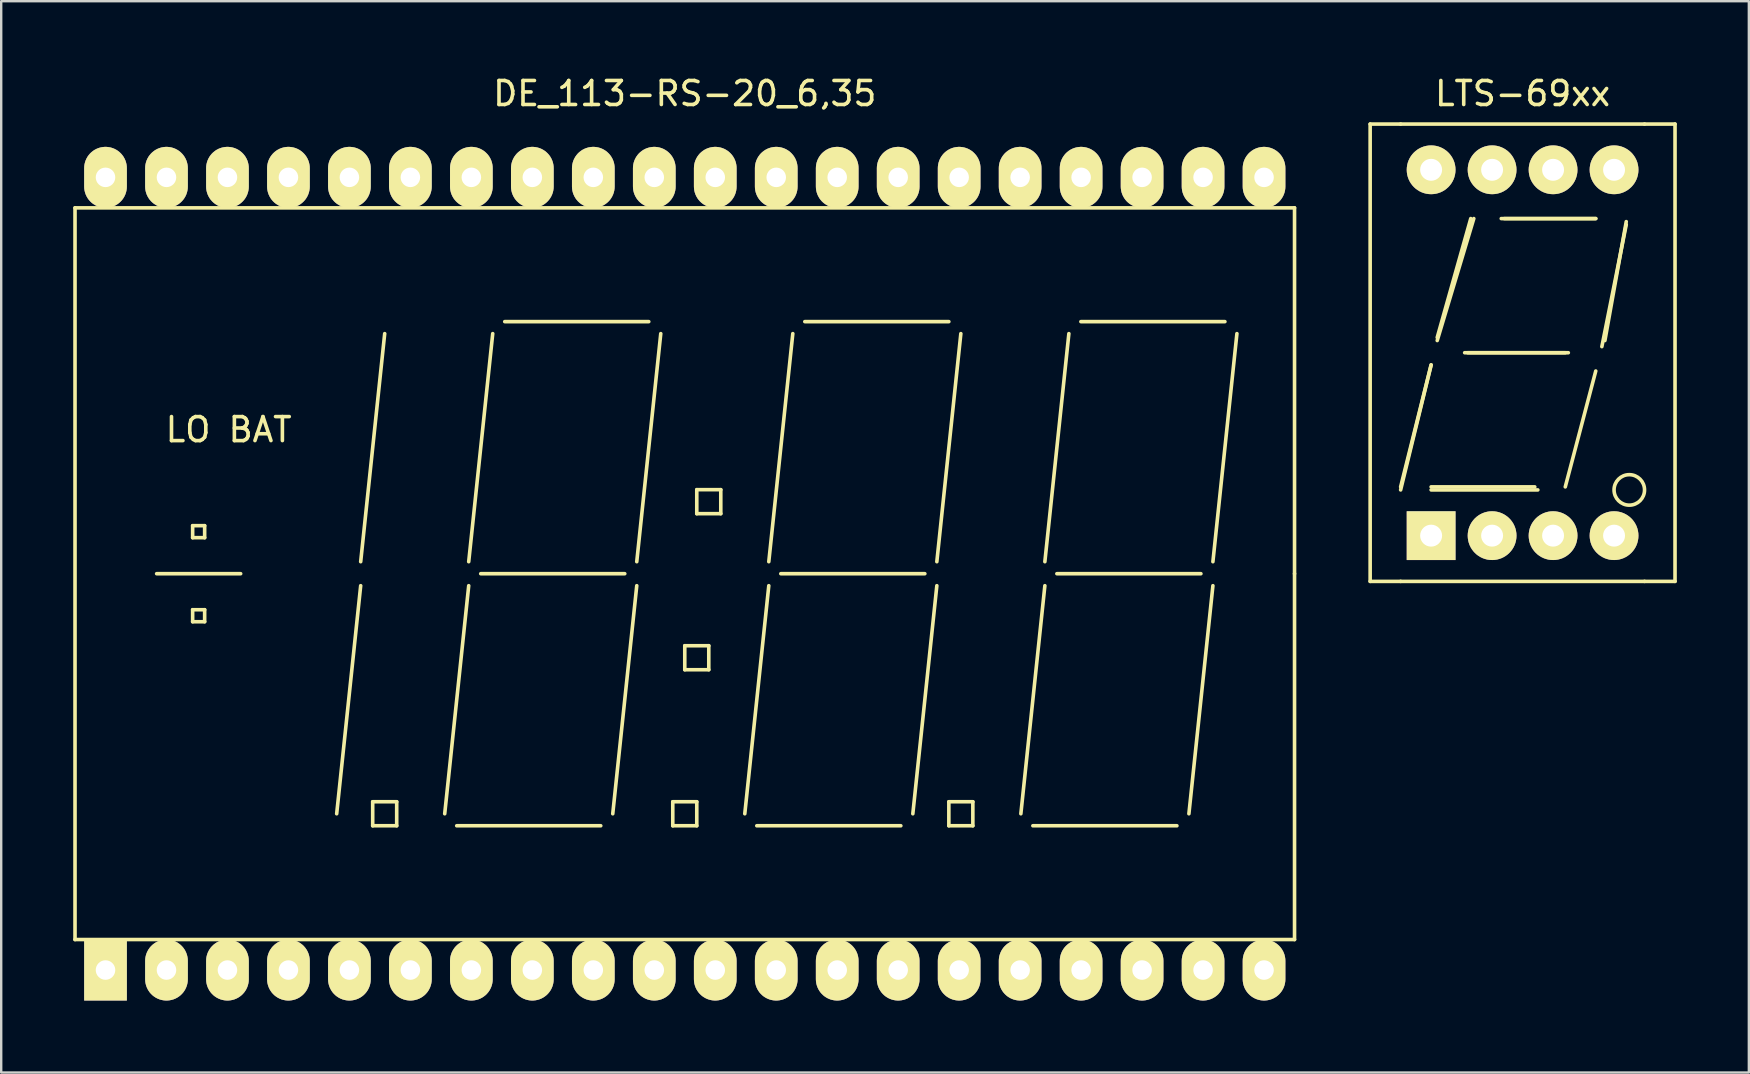
<source format=kicad_pcb>
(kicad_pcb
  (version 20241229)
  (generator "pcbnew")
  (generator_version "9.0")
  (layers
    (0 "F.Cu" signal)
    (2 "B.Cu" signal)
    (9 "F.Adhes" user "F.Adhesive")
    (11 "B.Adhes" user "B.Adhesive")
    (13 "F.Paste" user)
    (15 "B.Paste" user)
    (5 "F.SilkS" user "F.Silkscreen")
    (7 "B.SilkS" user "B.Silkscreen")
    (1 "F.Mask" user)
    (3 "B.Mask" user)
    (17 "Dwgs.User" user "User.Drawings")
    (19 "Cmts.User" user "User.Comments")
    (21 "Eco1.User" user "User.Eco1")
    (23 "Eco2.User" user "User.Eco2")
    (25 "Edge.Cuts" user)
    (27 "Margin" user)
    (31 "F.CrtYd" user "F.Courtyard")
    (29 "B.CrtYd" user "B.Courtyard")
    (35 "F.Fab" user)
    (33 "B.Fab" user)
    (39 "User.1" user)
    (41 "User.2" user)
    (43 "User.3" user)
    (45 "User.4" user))
  (footprint "DE_113-RS-20_6,35"
    (layer "F.Cu")
    (at 25.475 20.848)
    (property "Reference" "DE_113-RS-20_6,35" (at 0 -20 0) (layer "F.SilkS") (effects (font (size 1 1) (thickness 0.15))))
    (attr through_hole)
    (fp_line (start -25.4 -15.24) (end 25.4 -15.24) (stroke (width 0.15) (type solid)) (layer "F.SilkS"))
    (fp_line (start -25.4 15.24) (end -25.4 -15.24) (stroke (width 0.15) (type solid)) (layer "F.SilkS"))
    (fp_line (start -22 0) (end -18.5 0) (stroke (width 0.15) (type solid)) (layer "F.SilkS"))
    (fp_line (start -20.5 -2) (end -20.5 -1.5) (stroke (width 0.15) (type solid)) (layer "F.SilkS"))
    (fp_line (start -20.5 -1.5) (end -20 -1.5) (stroke (width 0.15) (type solid)) (layer "F.SilkS"))
    (fp_line (start -20.5 1.5) (end -20.5 2) (stroke (width 0.15) (type solid)) (layer "F.SilkS"))
    (fp_line (start -20.5 2) (end -20 2) (stroke (width 0.15) (type solid)) (layer "F.SilkS"))
    (fp_line (start -20 -2) (end -20.5 -2) (stroke (width 0.15) (type solid)) (layer "F.SilkS"))
    (fp_line (start -20 -1.5) (end -20 -2) (stroke (width 0.15) (type solid)) (layer "F.SilkS"))
    (fp_line (start -20 1.5) (end -20.5 1.5) (stroke (width 0.15) (type solid)) (layer "F.SilkS"))
    (fp_line (start -20 2) (end -20 1.5) (stroke (width 0.15) (type solid)) (layer "F.SilkS"))
    (fp_line (start -13.5 0.5) (end -14.5 10) (stroke (width 0.15) (type solid)) (layer "F.SilkS"))
    (fp_line (start -13 9.5) (end -12 9.5) (stroke (width 0.15) (type solid)) (layer "F.SilkS"))
    (fp_line (start -13 10.5) (end -13 9.5) (stroke (width 0.15) (type solid)) (layer "F.SilkS"))
    (fp_line (start -12.5 -10) (end -13.5 -0.5) (stroke (width 0.15) (type solid)) (layer "F.SilkS"))
    (fp_line (start -12 9.5) (end -12 10.5) (stroke (width 0.15) (type solid)) (layer "F.SilkS"))
    (fp_line (start -12 10.5) (end -13 10.5) (stroke (width 0.15) (type solid)) (layer "F.SilkS"))
    (fp_line (start -9.5 10.5) (end -3.5 10.5) (stroke (width 0.15) (type solid)) (layer "F.SilkS"))
    (fp_line (start -9 0.5) (end -10 10) (stroke (width 0.15) (type solid)) (layer "F.SilkS"))
    (fp_line (start -8.5 0) (end -2.5 0) (stroke (width 0.15) (type solid)) (layer "F.SilkS"))
    (fp_line (start -8 -10) (end -9 -0.5) (stroke (width 0.15) (type solid)) (layer "F.SilkS"))
    (fp_line (start -7.5 -10.5) (end -1.5 -10.5) (stroke (width 0.15) (type solid)) (layer "F.SilkS"))
    (fp_line (start -2 0.5) (end -3 10) (stroke (width 0.15) (type solid)) (layer "F.SilkS"))
    (fp_line (start -1 -10) (end -2 -0.5) (stroke (width 0.15) (type solid)) (layer "F.SilkS"))
    (fp_line (start -0.5 9.5) (end 0.5 9.5) (stroke (width 0.15) (type solid)) (layer "F.SilkS"))
    (fp_line (start -0.5 10.5) (end -0.5 9.5) (stroke (width 0.15) (type solid)) (layer "F.SilkS"))
    (fp_line (start 0 3) (end 1 3) (stroke (width 0.15) (type solid)) (layer "F.SilkS"))
    (fp_line (start 0 4) (end 0 3) (stroke (width 0.15) (type solid)) (layer "F.SilkS"))
    (fp_line (start 0.5 -3.5) (end 0.5 -2.5) (stroke (width 0.15) (type solid)) (layer "F.SilkS"))
    (fp_line (start 0.5 -2.5) (end 1.5 -2.5) (stroke (width 0.15) (type solid)) (layer "F.SilkS"))
    (fp_line (start 0.5 9.5) (end 0.5 10.5) (stroke (width 0.15) (type solid)) (layer "F.SilkS"))
    (fp_line (start 0.5 10.5) (end -0.5 10.5) (stroke (width 0.15) (type solid)) (layer "F.SilkS"))
    (fp_line (start 1 3) (end 1 4) (stroke (width 0.15) (type solid)) (layer "F.SilkS"))
    (fp_line (start 1 4) (end 0 4) (stroke (width 0.15) (type solid)) (layer "F.SilkS"))
    (fp_line (start 1.5 -3.5) (end 0.5 -3.5) (stroke (width 0.15) (type solid)) (layer "F.SilkS"))
    (fp_line (start 1.5 -2.5) (end 1.5 -3.5) (stroke (width 0.15) (type solid)) (layer "F.SilkS"))
    (fp_line (start 3 10.5) (end 9 10.5) (stroke (width 0.15) (type solid)) (layer "F.SilkS"))
    (fp_line (start 3.5 0.5) (end 2.5 10) (stroke (width 0.15) (type solid)) (layer "F.SilkS"))
    (fp_line (start 4 0) (end 10 0) (stroke (width 0.15) (type solid)) (layer "F.SilkS"))
    (fp_line (start 4.5 -10) (end 3.5 -0.5) (stroke (width 0.15) (type solid)) (layer "F.SilkS"))
    (fp_line (start 5 -10.5) (end 11 -10.5) (stroke (width 0.15) (type solid)) (layer "F.SilkS"))
    (fp_line (start 10.5 0.5) (end 9.5 10) (stroke (width 0.15) (type solid)) (layer "F.SilkS"))
    (fp_line (start 11 9.5) (end 12 9.5) (stroke (width 0.15) (type solid)) (layer "F.SilkS"))
    (fp_line (start 11 10.5) (end 11 9.5) (stroke (width 0.15) (type solid)) (layer "F.SilkS"))
    (fp_line (start 11.5 -10) (end 10.5 -0.5) (stroke (width 0.15) (type solid)) (layer "F.SilkS"))
    (fp_line (start 12 9.5) (end 12 10.5) (stroke (width 0.15) (type solid)) (layer "F.SilkS"))
    (fp_line (start 12 10.5) (end 11 10.5) (stroke (width 0.15) (type solid)) (layer "F.SilkS"))
    (fp_line (start 14.5 10.5) (end 20.5 10.5) (stroke (width 0.15) (type solid)) (layer "F.SilkS"))
    (fp_line (start 15 0.5) (end 14 10) (stroke (width 0.15) (type solid)) (layer "F.SilkS"))
    (fp_line (start 15.5 0) (end 21.5 0) (stroke (width 0.15) (type solid)) (layer "F.SilkS"))
    (fp_line (start 16 -10) (end 15 -0.5) (stroke (width 0.15) (type solid)) (layer "F.SilkS"))
    (fp_line (start 16.5 -10.5) (end 22.5 -10.5) (stroke (width 0.15) (type solid)) (layer "F.SilkS"))
    (fp_line (start 22 0.5) (end 21 10) (stroke (width 0.15) (type solid)) (layer "F.SilkS"))
    (fp_line (start 23 -10) (end 22 -0.5) (stroke (width 0.15) (type solid)) (layer "F.SilkS"))
    (fp_line (start 25.4 -15.24) (end 25.4 0) (stroke (width 0.15) (type solid)) (layer "F.SilkS"))
    (fp_line (start 25.4 0) (end 25.4 15.24) (stroke (width 0.15) (type solid)) (layer "F.SilkS"))
    (fp_line (start 25.4 15.24) (end -25.4 15.24) (stroke (width 0.15) (type solid)) (layer "F.SilkS"))
    (fp_text user "LO BAT" (at -19 -6 0) (layer "F.SilkS") (effects (font (size 1 1) (thickness 0.15))))
    (pad "1" thru_hole rect (at -24.13 16.51) (size 1.778 2.54) (drill 0.813) (layers "*.Cu" "*.Mask" "F.SilkS"))
    (pad "2" thru_hole oval (at -21.59 16.51) (size 1.778 2.54) (drill 0.813) (layers "*.Cu" "*.Mask" "F.SilkS"))
    (pad "3" thru_hole oval (at -19.05 16.51) (size 1.778 2.54) (drill 0.813) (layers "*.Cu" "*.Mask" "F.SilkS"))
    (pad "4" thru_hole oval (at -16.51 16.51) (size 1.778 2.54) (drill 0.813) (layers "*.Cu" "*.Mask" "F.SilkS"))
    (pad "5" thru_hole oval (at -13.97 16.51) (size 1.778 2.54) (drill 0.813) (layers "*.Cu" "*.Mask" "F.SilkS"))
    (pad "6" thru_hole oval (at -11.43 16.51) (size 1.778 2.54) (drill 0.813) (layers "*.Cu" "*.Mask" "F.SilkS"))
    (pad "7" thru_hole oval (at -8.89 16.51) (size 1.778 2.54) (drill 0.813) (layers "*.Cu" "*.Mask" "F.SilkS"))
    (pad "8" thru_hole oval (at -6.35 16.51) (size 1.778 2.54) (drill 0.813) (layers "*.Cu" "*.Mask" "F.SilkS"))
    (pad "9" thru_hole oval (at -3.81 16.51) (size 1.778 2.54) (drill 0.813) (layers "*.Cu" "*.Mask" "F.SilkS"))
    (pad "10" thru_hole oval (at -1.27 16.51) (size 1.778 2.54) (drill 0.813) (layers "*.Cu" "*.Mask" "F.SilkS"))
    (pad "11" thru_hole oval (at 1.27 16.51) (size 1.778 2.54) (drill 0.813) (layers "*.Cu" "*.Mask" "F.SilkS"))
    (pad "12" thru_hole oval (at 3.81 16.51) (size 1.778 2.54) (drill 0.813) (layers "*.Cu" "*.Mask" "F.SilkS"))
    (pad "13" thru_hole oval (at 6.35 16.51) (size 1.778 2.54) (drill 0.813) (layers "*.Cu" "*.Mask" "F.SilkS"))
    (pad "14" thru_hole oval (at 8.89 16.51) (size 1.778 2.54) (drill 0.813) (layers "*.Cu" "*.Mask" "F.SilkS"))
    (pad "15" thru_hole oval (at 11.43 16.51) (size 1.778 2.54) (drill 0.813) (layers "*.Cu" "*.Mask" "F.SilkS"))
    (pad "16" thru_hole oval (at 13.97 16.51) (size 1.778 2.54) (drill 0.813) (layers "*.Cu" "*.Mask" "F.SilkS"))
    (pad "17" thru_hole oval (at 16.51 16.51) (size 1.778 2.54) (drill 0.813) (layers "*.Cu" "*.Mask" "F.SilkS"))
    (pad "18" thru_hole oval (at 19.05 16.51) (size 1.778 2.54) (drill 0.813) (layers "*.Cu" "*.Mask" "F.SilkS"))
    (pad "19" thru_hole oval (at 21.59 16.51) (size 1.778 2.54) (drill 0.813) (layers "*.Cu" "*.Mask" "F.SilkS"))
    (pad "20" thru_hole oval (at 24.13 16.51) (size 1.778 2.54) (drill 0.813) (layers "*.Cu" "*.Mask" "F.SilkS"))
    (pad "21" thru_hole oval (at 24.13 -16.51) (size 1.778 2.54) (drill 0.813) (layers "*.Cu" "*.Mask" "F.SilkS"))
    (pad "22" thru_hole oval (at 21.59 -16.51) (size 1.778 2.54) (drill 0.813) (layers "*.Cu" "*.Mask" "F.SilkS"))
    (pad "23" thru_hole oval (at 19.05 -16.51) (size 1.778 2.54) (drill 0.813) (layers "*.Cu" "*.Mask" "F.SilkS"))
    (pad "24" thru_hole oval (at 16.51 -16.51) (size 1.778 2.54) (drill 0.813) (layers "*.Cu" "*.Mask" "F.SilkS"))
    (pad "25" thru_hole oval (at 13.97 -16.51) (size 1.778 2.54) (drill 0.813) (layers "*.Cu" "*.Mask" "F.SilkS"))
    (pad "26" thru_hole oval (at 11.43 -16.51) (size 1.778 2.54) (drill 0.813) (layers "*.Cu" "*.Mask" "F.SilkS"))
    (pad "27" thru_hole oval (at 8.89 -16.51) (size 1.778 2.54) (drill 0.813) (layers "*.Cu" "*.Mask" "F.SilkS"))
    (pad "28" thru_hole oval (at 6.35 -16.51) (size 1.778 2.54) (drill 0.813) (layers "*.Cu" "*.Mask" "F.SilkS"))
    (pad "29" thru_hole oval (at 3.81 -16.51) (size 1.778 2.54) (drill 0.813) (layers "*.Cu" "*.Mask" "F.SilkS"))
    (pad "30" thru_hole oval (at 1.27 -16.51) (size 1.778 2.54) (drill 0.813) (layers "*.Cu" "*.Mask" "F.SilkS"))
    (pad "31" thru_hole oval (at -1.27 -16.51) (size 1.778 2.54) (drill 0.813) (layers "*.Cu" "*.Mask" "F.SilkS"))
    (pad "32" thru_hole oval (at -3.81 -16.51) (size 1.778 2.54) (drill 0.813) (layers "*.Cu" "*.Mask" "F.SilkS"))
    (pad "33" thru_hole oval (at -6.35 -16.51) (size 1.778 2.54) (drill 0.813) (layers "*.Cu" "*.Mask" "F.SilkS"))
    (pad "34" thru_hole oval (at -8.89 -16.51) (size 1.778 2.54) (drill 0.813) (layers "*.Cu" "*.Mask" "F.SilkS"))
    (pad "35" thru_hole oval (at -11.43 -16.51) (size 1.778 2.54) (drill 0.813) (layers "*.Cu" "*.Mask" "F.SilkS"))
    (pad "36" thru_hole oval (at -13.97 -16.51) (size 1.778 2.54) (drill 0.813) (layers "*.Cu" "*.Mask" "F.SilkS"))
    (pad "37" thru_hole oval (at -16.51 -16.51) (size 1.778 2.54) (drill 0.813) (layers "*.Cu" "*.Mask" "F.SilkS"))
    (pad "38" thru_hole oval (at -19.05 -16.51) (size 1.778 2.54) (drill 0.813) (layers "*.Cu" "*.Mask" "F.SilkS"))
    (pad "39" thru_hole oval (at -21.59 -16.51) (size 1.778 2.54) (drill 0.813) (layers "*.Cu" "*.Mask" "F.SilkS"))
    (pad "40" thru_hole oval (at -24.13 -16.51) (size 1.778 2.54) (drill 0.813) (layers "*.Cu" "*.Mask" "F.SilkS")))
  (footprint "LTS-69xx"
    (layer "F.Cu")
    (at 60.375 11.643)
    (property "Reference" "LTS-69xx" (at 0 -10.795 0) (layer "F.SilkS") (effects (font (size 1 1) (thickness 0.15))))
    (attr through_hole)
    (fp_line (start -6.35 -9.525) (end -6.35 9.525) (stroke (width 0.15) (type solid)) (layer "F.SilkS"))
    (fp_line (start -6.35 9.525) (end -5.08 9.525) (stroke (width 0.15) (type solid)) (layer "F.SilkS"))
    (fp_line (start -5.08 -9.525) (end -6.35 -9.525) (stroke (width 0.15) (type solid)) (layer "F.SilkS"))
    (fp_line (start -5.08 9.525) (end 5.08 9.525) (stroke (width 0.15) (type solid)) (layer "F.SilkS"))
    (fp_line (start -3.81 0.508) (end -5.08 5.588) (stroke (width 0.15) (type solid)) (layer "F.SilkS"))
    (fp_line (start -3.81 0.508) (end -5.08 5.715) (stroke (width 0.15) (type solid)) (layer "F.SilkS"))
    (fp_line (start -3.81 5.588) (end 0.508 5.588) (stroke (width 0.15) (type solid)) (layer "F.SilkS"))
    (fp_line (start -3.81 5.715) (end 0.635 5.715) (stroke (width 0.15) (type solid)) (layer "F.SilkS"))
    (fp_line (start -3.556 -0.635) (end -2.159 -5.588) (stroke (width 0.15) (type solid)) (layer "F.SilkS"))
    (fp_line (start -2.413 0) (end 1.905 0) (stroke (width 0.15) (type solid)) (layer "F.SilkS"))
    (fp_line (start -2.286 0) (end 1.778 0) (stroke (width 0.15) (type solid)) (layer "F.SilkS"))
    (fp_line (start -2.032 -5.588) (end -3.556 -0.508) (stroke (width 0.15) (type solid)) (layer "F.SilkS"))
    (fp_line (start -0.889 -5.588) (end 3.048 -5.588) (stroke (width 0.15) (type solid)) (layer "F.SilkS"))
    (fp_line (start -0.762 -5.588) (end 3.048 -5.588) (stroke (width 0.15) (type solid)) (layer "F.SilkS"))
    (fp_line (start 3.048 0.762) (end 1.778 5.588) (stroke (width 0.15) (type solid)) (layer "F.SilkS"))
    (fp_line (start 3.429 -0.508) (end 4.318 -5.461) (stroke (width 0.15) (type solid)) (layer "F.SilkS"))
    (fp_line (start 4.318 -5.334) (end 3.302 -0.254) (stroke (width 0.15) (type solid)) (layer "F.SilkS"))
    (fp_line (start 5.08 -9.525) (end -5.08 -9.525) (stroke (width 0.15) (type solid)) (layer "F.SilkS"))
    (fp_line (start 5.08 9.525) (end 6.35 9.525) (stroke (width 0.15) (type solid)) (layer "F.SilkS"))
    (fp_line (start 6.35 -9.525) (end 5.08 -9.525) (stroke (width 0.15) (type solid)) (layer "F.SilkS"))
    (fp_line (start 6.35 9.525) (end 6.35 -9.525) (stroke (width 0.15) (type solid)) (layer "F.SilkS"))
    (fp_circle (center 4.445 5.715) (end 5.08 5.715) (stroke (width 0.15) (type solid)) (fill no) (layer "F.SilkS"))
    (pad "1" thru_hole rect (at -3.81 7.62) (size 2.032 2.032) (drill 0.914) (layers "*.Cu" "*.Mask" "F.SilkS"))
    (pad "2" thru_hole circle (at -1.27 7.62) (size 2.032 2.032) (drill 0.914) (layers "*.Cu" "*.Mask" "F.SilkS"))
    (pad "3" thru_hole circle (at 1.27 7.62) (size 2.032 2.032) (drill 0.914) (layers "*.Cu" "*.Mask" "F.SilkS"))
    (pad "4" thru_hole circle (at 3.81 7.62) (size 2.032 2.032) (drill 0.914) (layers "*.Cu" "*.Mask" "F.SilkS"))
    (pad "5" thru_hole circle (at 3.81 -7.62) (size 2.032 2.032) (drill 0.914) (layers "*.Cu" "*.Mask" "F.SilkS"))
    (pad "6" thru_hole circle (at 1.27 -7.62) (size 2.032 2.032) (drill 0.914) (layers "*.Cu" "*.Mask" "F.SilkS"))
    (pad "7" thru_hole circle (at -1.27 -7.62) (size 2.032 2.032) (drill 0.914) (layers "*.Cu" "*.Mask" "F.SilkS"))
    (pad "8" thru_hole circle (at -3.81 -7.62) (size 2.032 2.032) (drill 0.914) (layers "*.Cu" "*.Mask" "F.SilkS")))
  (gr_rect
    (start -3 -3)
    (end 69.8 41.628)
    (stroke (width 0.1) (type default))
    (fill no)
    (layer "Edge.Cuts")))
</source>
